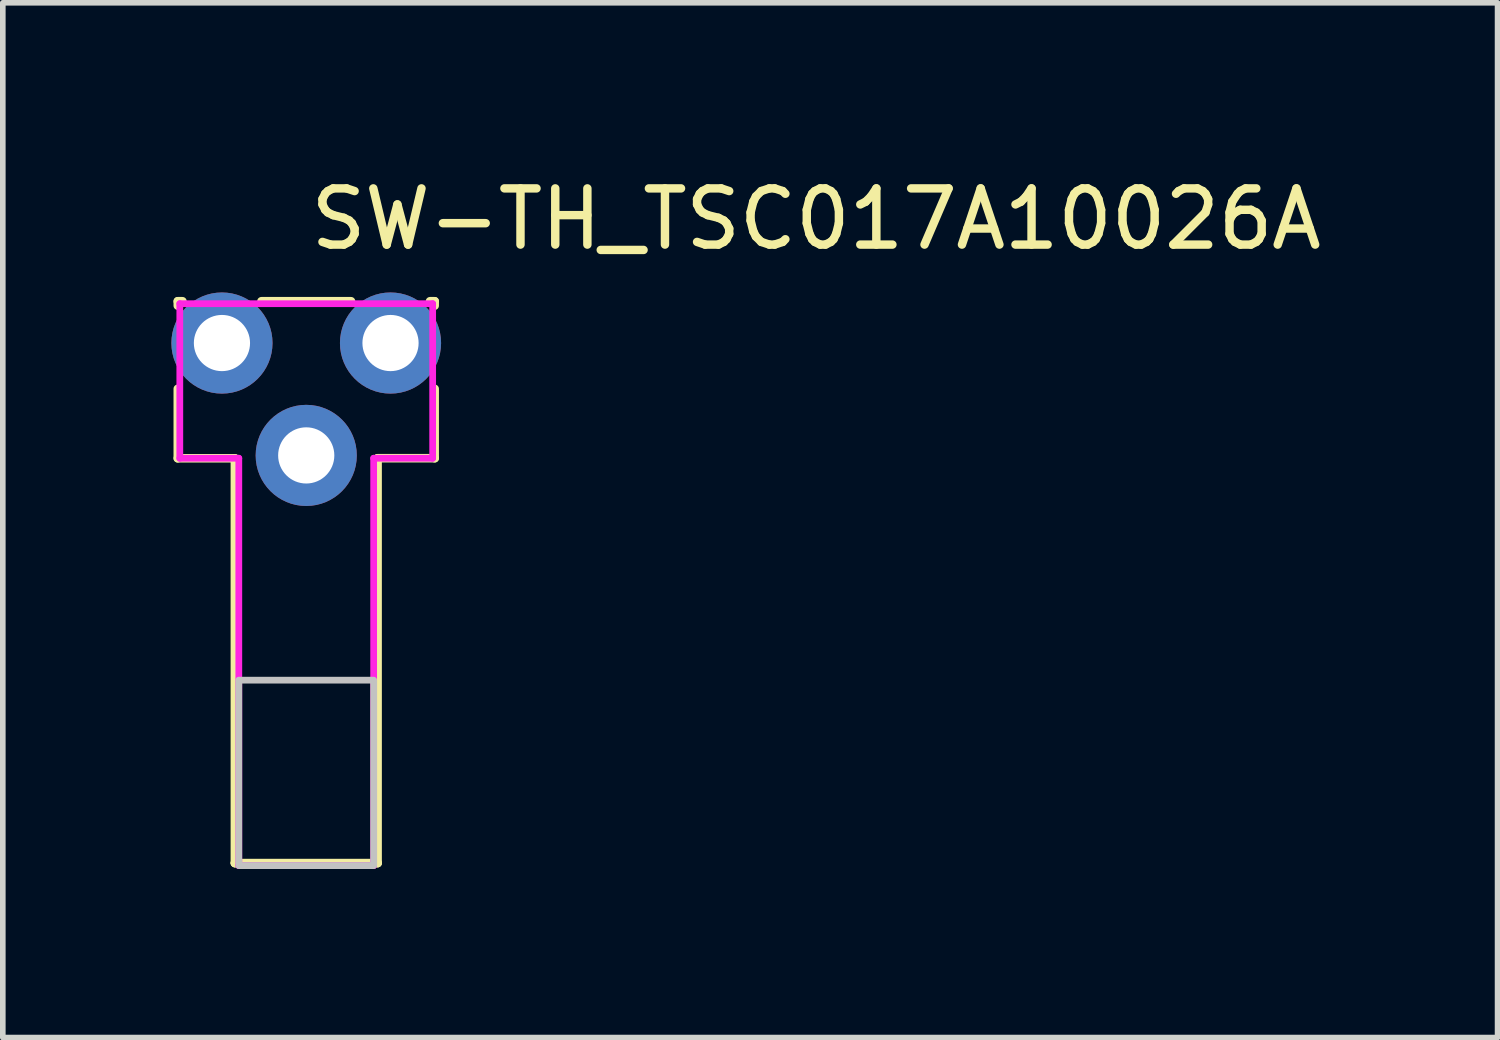
<source format=kicad_pcb>
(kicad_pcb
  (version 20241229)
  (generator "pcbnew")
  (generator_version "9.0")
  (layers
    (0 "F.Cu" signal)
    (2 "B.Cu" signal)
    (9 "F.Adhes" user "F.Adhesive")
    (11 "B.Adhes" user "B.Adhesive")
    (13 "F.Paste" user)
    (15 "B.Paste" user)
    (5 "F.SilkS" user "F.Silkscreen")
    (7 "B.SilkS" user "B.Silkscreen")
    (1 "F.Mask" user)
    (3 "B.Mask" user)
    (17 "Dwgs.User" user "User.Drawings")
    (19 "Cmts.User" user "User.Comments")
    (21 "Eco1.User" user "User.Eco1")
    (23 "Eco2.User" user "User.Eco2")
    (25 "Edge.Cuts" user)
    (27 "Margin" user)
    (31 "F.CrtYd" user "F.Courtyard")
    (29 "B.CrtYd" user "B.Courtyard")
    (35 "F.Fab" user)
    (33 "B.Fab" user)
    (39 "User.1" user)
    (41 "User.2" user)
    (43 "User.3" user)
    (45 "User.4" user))
  (footprint "SW-TH_TSC017A10026A"
    (layer "F.Cu")
    (at 2.4 4.055)
    (property "Reference" "SW-TH_TSC017A10026A" (at 0 -3.207 0) (layer "F.SilkS") (effects (font (size 1 1) (thickness 0.15)) (justify left)))
    (attr through_hole)
    (fp_line (start -2.286 -1.744) (end -2.286 -1.665) (stroke (width 0.152) (type solid)) (layer "F.SilkS"))
    (fp_line (start -2.286 -0.186) (end -2.286 1.051) (stroke (width 0.152) (type solid)) (layer "F.SilkS"))
    (fp_line (start -2.286 1.051) (end -1.27 1.051) (stroke (width 0.152) (type solid)) (layer "F.SilkS"))
    (fp_line (start -2.203 -1.744) (end -2.286 -1.744) (stroke (width 0.152) (type solid)) (layer "F.SilkS"))
    (fp_line (start -1.27 1.051) (end -1.27 8.255) (stroke (width 0.152) (type solid)) (layer "F.SilkS"))
    (fp_line (start -1.27 8.255) (end -1.27 8.255) (stroke (width 0.152) (type solid)) (layer "F.SilkS"))
    (fp_line (start 0.797 -1.744) (end -0.797 -1.744) (stroke (width 0.152) (type solid)) (layer "F.SilkS"))
    (fp_line (start 1.27 1.05) (end 1.27 8.255) (stroke (width 0.152) (type solid)) (layer "F.SilkS"))
    (fp_line (start 1.27 1.05) (end 2.286 1.05) (stroke (width 0.152) (type solid)) (layer "F.SilkS"))
    (fp_line (start 1.27 8.255) (end -1.27 8.255) (stroke (width 0.152) (type solid)) (layer "F.SilkS"))
    (fp_line (start 1.27 8.255) (end 1.27 8.255) (stroke (width 0.152) (type solid)) (layer "F.SilkS"))
    (fp_line (start 2.286 -1.744) (end 2.203 -1.744) (stroke (width 0.152) (type solid)) (layer "F.SilkS"))
    (fp_line (start 2.286 -1.665) (end 2.286 -1.744) (stroke (width 0.152) (type solid)) (layer "F.SilkS"))
    (fp_line (start 2.286 1.05) (end 2.286 -0.185) (stroke (width 0.152) (type solid)) (layer "F.SilkS"))
    (fp_poly (pts (xy -1.2 5) (xy -1.2 8.3) (xy 1.2 8.3) (xy 1.2 5)) (stroke (width 0.12) (type solid)) (fill no) (layer "Dwgs.User"))
    (fp_circle (center -2.25 -1.7) (end -2.22 -1.7) (stroke (width 0.06) (type solid)) (fill no) (layer "Eco2.User"))
    (fp_poly (pts (xy -1.85 -1.05) (xy -1.15 -1.05) (xy -1.15 -0.8) (xy -1.85 -0.8)) (stroke (width 0.12) (type solid)) (fill no) (layer "Eco2.User"))
    (fp_poly (pts (xy -0.35 0.8) (xy 0.35 0.8) (xy 0.35 1.05) (xy -0.35 1.05)) (stroke (width 0.12) (type solid)) (fill no) (layer "Eco2.User"))
    (fp_poly (pts (xy 1.15 -1.05) (xy 1.85 -1.05) (xy 1.85 -0.8) (xy 1.15 -0.8)) (stroke (width 0.12) (type solid)) (fill no) (layer "Eco2.User"))
    (fp_line (start -2.25 -1.7) (end -2.25 1.05) (stroke (width 0.12) (type solid)) (layer "F.CrtYd"))
    (fp_line (start -2.25 1.05) (end -1.2 1.05) (stroke (width 0.12) (type solid)) (layer "F.CrtYd"))
    (fp_line (start -1.2 1.05) (end -1.2 8.3) (stroke (width 0.12) (type solid)) (layer "F.CrtYd"))
    (fp_line (start -1.2 8.3) (end 1.2 8.3) (stroke (width 0.12) (type solid)) (layer "F.CrtYd"))
    (fp_line (start 1.2 1.05) (end 2.25 1.05) (stroke (width 0.12) (type solid)) (layer "F.CrtYd"))
    (fp_line (start 1.2 8.3) (end 1.2 1.05) (stroke (width 0.12) (type solid)) (layer "F.CrtYd"))
    (fp_line (start 2.25 -1.7) (end -2.25 -1.7) (stroke (width 0.12) (type solid)) (layer "F.CrtYd"))
    (fp_line (start 2.25 1.05) (end 2.25 -1.7) (stroke (width 0.12) (type solid)) (layer "F.CrtYd"))
    (pad "1" thru_hole circle (at -1.5 -1) (size 1.8 1.8) (drill 1) (layers "*.Cu" "*.Mask"))
    (pad "2" thru_hole circle (at 1.5 -1) (size 1.8 1.8) (drill 1) (layers "*.Cu" "*.Mask"))
    (pad "3" thru_hole circle (at 0 1) (size 1.8 1.8) (drill 1) (layers "*.Cu" "*.Mask")))
  (gr_rect
    (start -3 -3)
    (end 23.602 15.415)
    (stroke (width 0.1) (type default))
    (fill no)
    (layer "Edge.Cuts")))
</source>
